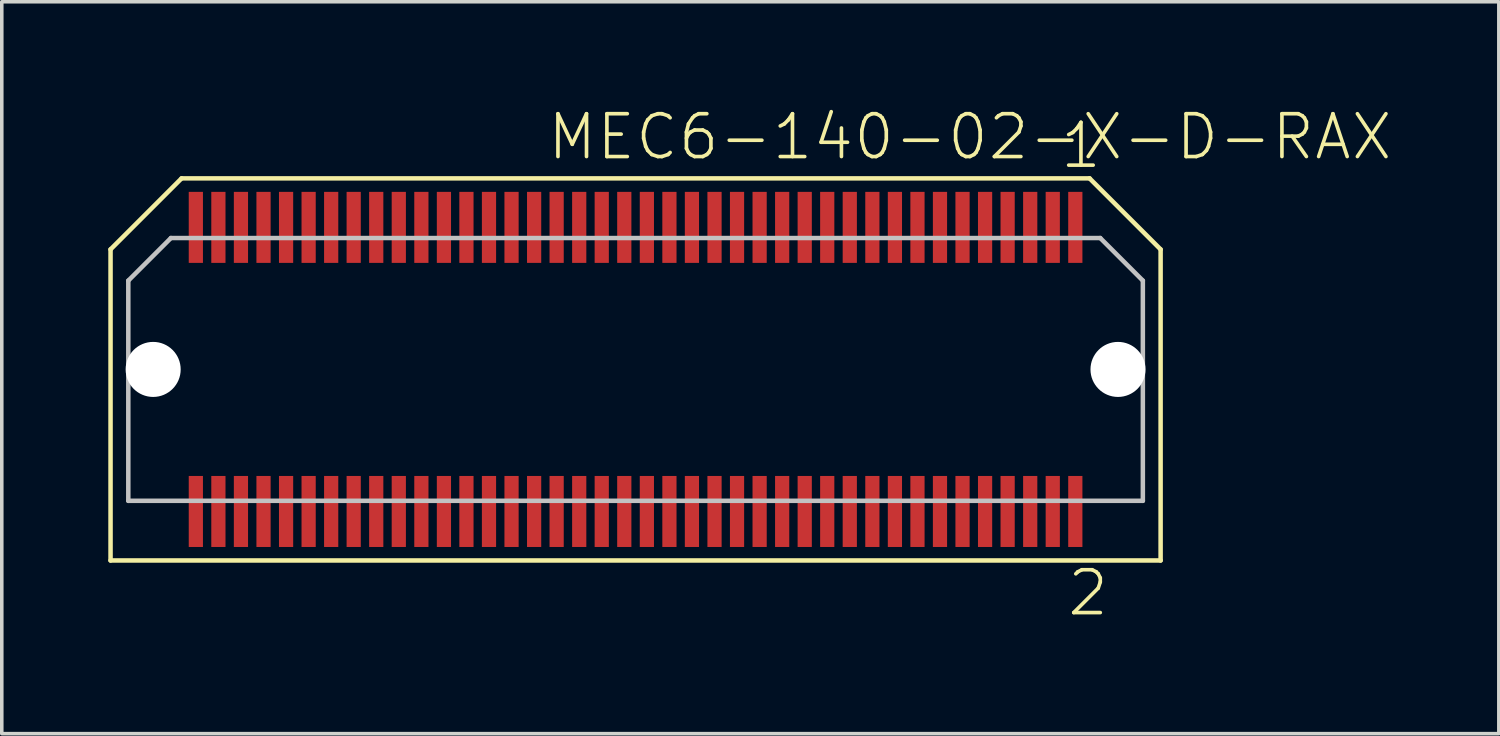
<source format=kicad_pcb>
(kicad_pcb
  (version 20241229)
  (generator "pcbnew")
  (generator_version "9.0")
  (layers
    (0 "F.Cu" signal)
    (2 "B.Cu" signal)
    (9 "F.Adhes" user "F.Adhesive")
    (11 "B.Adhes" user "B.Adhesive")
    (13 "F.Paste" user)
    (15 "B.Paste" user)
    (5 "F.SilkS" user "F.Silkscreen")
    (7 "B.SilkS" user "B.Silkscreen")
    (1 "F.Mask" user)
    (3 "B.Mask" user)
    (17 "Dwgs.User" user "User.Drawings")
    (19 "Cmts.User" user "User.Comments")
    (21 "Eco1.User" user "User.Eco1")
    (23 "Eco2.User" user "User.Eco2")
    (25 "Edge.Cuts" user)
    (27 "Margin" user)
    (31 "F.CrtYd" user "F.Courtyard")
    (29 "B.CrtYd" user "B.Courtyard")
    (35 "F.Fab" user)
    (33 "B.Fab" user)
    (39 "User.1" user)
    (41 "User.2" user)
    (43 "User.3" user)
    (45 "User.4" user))
  (footprint "MEC6-140-02-X-D-RAX"
    (layer "F.Cu")
    (at 14.848 7.353)
    (property "Reference" "MEC6-140-02-X-D-RAX" (at -2.54 -5.842 0) (layer "F.SilkS") (effects (font (size 1.206 1.206) (thickness 0.102)) (justify left bottom)))
    (attr through_hole)
    (fp_line (start -14.785 -3.38) (end -12.785 -5.38) (stroke (width 0.127) (type solid)) (layer "F.SilkS"))
    (fp_line (start -14.785 5.38) (end -14.785 -3.38) (stroke (width 0.127) (type solid)) (layer "F.SilkS"))
    (fp_line (start -12.785 -5.38) (end 12.785 -5.38) (stroke (width 0.127) (type solid)) (layer "F.SilkS"))
    (fp_line (start 12.785 -5.38) (end 14.785 -3.38) (stroke (width 0.127) (type solid)) (layer "F.SilkS"))
    (fp_line (start 14.785 -3.38) (end 14.785 5.38) (stroke (width 0.127) (type solid)) (layer "F.SilkS"))
    (fp_line (start 14.785 5.38) (end -14.785 5.38) (stroke (width 0.127) (type solid)) (layer "F.SilkS"))
    (fp_line (start -14.285 -2.5) (end -13.085 -3.7) (stroke (width 0.127) (type solid)) (layer "Dwgs.User"))
    (fp_line (start -14.285 3.7) (end -14.285 -2.5) (stroke (width 0.127) (type solid)) (layer "Dwgs.User"))
    (fp_line (start -13.085 -3.7) (end 13.085 -3.7) (stroke (width 0.127) (type solid)) (layer "Dwgs.User"))
    (fp_line (start 13.085 -3.7) (end 14.285 -2.5) (stroke (width 0.127) (type solid)) (layer "Dwgs.User"))
    (fp_line (start 14.285 -2.5) (end 14.285 3.7) (stroke (width 0.127) (type solid)) (layer "Dwgs.User"))
    (fp_line (start 14.285 3.7) (end -14.285 3.7) (stroke (width 0.127) (type solid)) (layer "Dwgs.User"))
    (fp_text user "2" (at 12.1 7 0) (layer "F.SilkS") (effects (font (size 1.206 1.206) (thickness 0.102)) (justify left bottom)))
    (fp_text user "1" (at 11.9 -5.6 0) (layer "F.SilkS") (effects (font (size 1.206 1.206) (thickness 0.102)) (justify left bottom)))
    (pad "" np_thru_hole circle (at -13.585 0) (size 1.55 1.55) (drill 1.55) (layers "*.Cu"))
    (pad "" np_thru_hole circle (at 13.585 0) (size 1.55 1.55) (drill 1.55) (layers "*.Cu"))
    (pad "1" smd rect (at 12.383 -4) (size 0.4 2) (layers "F.Cu" "F.Mask" "F.Paste"))
    (pad "2" smd rect (at 12.383 4) (size 0.4 2) (layers "F.Cu" "F.Mask" "F.Paste"))
    (pad "3" smd rect (at 11.748 -4) (size 0.4 2) (layers "F.Cu" "F.Mask" "F.Paste"))
    (pad "4" smd rect (at 11.748 4) (size 0.4 2) (layers "F.Cu" "F.Mask" "F.Paste"))
    (pad "5" smd rect (at 11.113 -4) (size 0.4 2) (layers "F.Cu" "F.Mask" "F.Paste"))
    (pad "6" smd rect (at 11.113 4) (size 0.4 2) (layers "F.Cu" "F.Mask" "F.Paste"))
    (pad "7" smd rect (at 10.477 -4) (size 0.4 2) (layers "F.Cu" "F.Mask" "F.Paste"))
    (pad "8" smd rect (at 10.477 4) (size 0.4 2) (layers "F.Cu" "F.Mask" "F.Paste"))
    (pad "9" smd rect (at 9.842 -4) (size 0.4 2) (layers "F.Cu" "F.Mask" "F.Paste"))
    (pad "10" smd rect (at 9.842 4) (size 0.4 2) (layers "F.Cu" "F.Mask" "F.Paste"))
    (pad "11" smd rect (at 9.207 -4) (size 0.4 2) (layers "F.Cu" "F.Mask" "F.Paste"))
    (pad "12" smd rect (at 9.207 4) (size 0.4 2) (layers "F.Cu" "F.Mask" "F.Paste"))
    (pad "13" smd rect (at 8.572 -4) (size 0.4 2) (layers "F.Cu" "F.Mask" "F.Paste"))
    (pad "14" smd rect (at 8.572 4) (size 0.4 2) (layers "F.Cu" "F.Mask" "F.Paste"))
    (pad "15" smd rect (at 7.938 -4) (size 0.4 2) (layers "F.Cu" "F.Mask" "F.Paste"))
    (pad "16" smd rect (at 7.938 4) (size 0.4 2) (layers "F.Cu" "F.Mask" "F.Paste"))
    (pad "17" smd rect (at 7.303 -4) (size 0.4 2) (layers "F.Cu" "F.Mask" "F.Paste"))
    (pad "18" smd rect (at 7.303 4) (size 0.4 2) (layers "F.Cu" "F.Mask" "F.Paste"))
    (pad "19" smd rect (at 6.668 -4) (size 0.4 2) (layers "F.Cu" "F.Mask" "F.Paste"))
    (pad "20" smd rect (at 6.668 4) (size 0.4 2) (layers "F.Cu" "F.Mask" "F.Paste"))
    (pad "21" smd rect (at 6.032 -4) (size 0.4 2) (layers "F.Cu" "F.Mask" "F.Paste"))
    (pad "22" smd rect (at 6.032 4) (size 0.4 2) (layers "F.Cu" "F.Mask" "F.Paste"))
    (pad "23" smd rect (at 5.397 -4) (size 0.4 2) (layers "F.Cu" "F.Mask" "F.Paste"))
    (pad "24" smd rect (at 5.397 4) (size 0.4 2) (layers "F.Cu" "F.Mask" "F.Paste"))
    (pad "25" smd rect (at 4.763 -4) (size 0.4 2) (layers "F.Cu" "F.Mask" "F.Paste"))
    (pad "26" smd rect (at 4.763 4) (size 0.4 2) (layers "F.Cu" "F.Mask" "F.Paste"))
    (pad "27" smd rect (at 4.128 -4) (size 0.4 2) (layers "F.Cu" "F.Mask" "F.Paste"))
    (pad "28" smd rect (at 4.128 4) (size 0.4 2) (layers "F.Cu" "F.Mask" "F.Paste"))
    (pad "29" smd rect (at 3.493 -4) (size 0.4 2) (layers "F.Cu" "F.Mask" "F.Paste"))
    (pad "30" smd rect (at 3.493 4) (size 0.4 2) (layers "F.Cu" "F.Mask" "F.Paste"))
    (pad "31" smd rect (at 2.857 -4) (size 0.4 2) (layers "F.Cu" "F.Mask" "F.Paste"))
    (pad "32" smd rect (at 2.857 4) (size 0.4 2) (layers "F.Cu" "F.Mask" "F.Paste"))
    (pad "33" smd rect (at 2.223 -4) (size 0.4 2) (layers "F.Cu" "F.Mask" "F.Paste"))
    (pad "34" smd rect (at 2.223 4) (size 0.4 2) (layers "F.Cu" "F.Mask" "F.Paste"))
    (pad "35" smd rect (at 1.587 -4) (size 0.4 2) (layers "F.Cu" "F.Mask" "F.Paste"))
    (pad "36" smd rect (at 1.587 4) (size 0.4 2) (layers "F.Cu" "F.Mask" "F.Paste"))
    (pad "37" smd rect (at 0.953 -4) (size 0.4 2) (layers "F.Cu" "F.Mask" "F.Paste"))
    (pad "38" smd rect (at 0.953 4) (size 0.4 2) (layers "F.Cu" "F.Mask" "F.Paste"))
    (pad "39" smd rect (at 0.318 -4) (size 0.4 2) (layers "F.Cu" "F.Mask" "F.Paste"))
    (pad "40" smd rect (at 0.318 4) (size 0.4 2) (layers "F.Cu" "F.Mask" "F.Paste"))
    (pad "41" smd rect (at -0.318 -4) (size 0.4 2) (layers "F.Cu" "F.Mask" "F.Paste"))
    (pad "42" smd rect (at -0.318 4) (size 0.4 2) (layers "F.Cu" "F.Mask" "F.Paste"))
    (pad "43" smd rect (at -0.953 -4) (size 0.4 2) (layers "F.Cu" "F.Mask" "F.Paste"))
    (pad "44" smd rect (at -0.953 4) (size 0.4 2) (layers "F.Cu" "F.Mask" "F.Paste"))
    (pad "45" smd rect (at -1.587 -4) (size 0.4 2) (layers "F.Cu" "F.Mask" "F.Paste"))
    (pad "46" smd rect (at -1.587 4) (size 0.4 2) (layers "F.Cu" "F.Mask" "F.Paste"))
    (pad "47" smd rect (at -2.223 -4) (size 0.4 2) (layers "F.Cu" "F.Mask" "F.Paste"))
    (pad "48" smd rect (at -2.223 4) (size 0.4 2) (layers "F.Cu" "F.Mask" "F.Paste"))
    (pad "49" smd rect (at -2.857 -4) (size 0.4 2) (layers "F.Cu" "F.Mask" "F.Paste"))
    (pad "50" smd rect (at -2.857 4) (size 0.4 2) (layers "F.Cu" "F.Mask" "F.Paste"))
    (pad "51" smd rect (at -3.493 -4) (size 0.4 2) (layers "F.Cu" "F.Mask" "F.Paste"))
    (pad "52" smd rect (at -3.493 4) (size 0.4 2) (layers "F.Cu" "F.Mask" "F.Paste"))
    (pad "53" smd rect (at -4.128 -4) (size 0.4 2) (layers "F.Cu" "F.Mask" "F.Paste"))
    (pad "54" smd rect (at -4.128 4) (size 0.4 2) (layers "F.Cu" "F.Mask" "F.Paste"))
    (pad "55" smd rect (at -4.763 -4) (size 0.4 2) (layers "F.Cu" "F.Mask" "F.Paste"))
    (pad "56" smd rect (at -4.763 4) (size 0.4 2) (layers "F.Cu" "F.Mask" "F.Paste"))
    (pad "57" smd rect (at -5.397 -4) (size 0.4 2) (layers "F.Cu" "F.Mask" "F.Paste"))
    (pad "58" smd rect (at -5.397 4) (size 0.4 2) (layers "F.Cu" "F.Mask" "F.Paste"))
    (pad "59" smd rect (at -6.032 -4) (size 0.4 2) (layers "F.Cu" "F.Mask" "F.Paste"))
    (pad "60" smd rect (at -6.032 4) (size 0.4 2) (layers "F.Cu" "F.Mask" "F.Paste"))
    (pad "61" smd rect (at -6.668 -4) (size 0.4 2) (layers "F.Cu" "F.Mask" "F.Paste"))
    (pad "62" smd rect (at -6.668 4) (size 0.4 2) (layers "F.Cu" "F.Mask" "F.Paste"))
    (pad "63" smd rect (at -7.303 -4) (size 0.4 2) (layers "F.Cu" "F.Mask" "F.Paste"))
    (pad "64" smd rect (at -7.303 4) (size 0.4 2) (layers "F.Cu" "F.Mask" "F.Paste"))
    (pad "65" smd rect (at -7.938 -4) (size 0.4 2) (layers "F.Cu" "F.Mask" "F.Paste"))
    (pad "66" smd rect (at -7.938 4) (size 0.4 2) (layers "F.Cu" "F.Mask" "F.Paste"))
    (pad "67" smd rect (at -8.572 -4) (size 0.4 2) (layers "F.Cu" "F.Mask" "F.Paste"))
    (pad "68" smd rect (at -8.572 4) (size 0.4 2) (layers "F.Cu" "F.Mask" "F.Paste"))
    (pad "69" smd rect (at -9.207 -4) (size 0.4 2) (layers "F.Cu" "F.Mask" "F.Paste"))
    (pad "70" smd rect (at -9.207 4) (size 0.4 2) (layers "F.Cu" "F.Mask" "F.Paste"))
    (pad "71" smd rect (at -9.842 -4) (size 0.4 2) (layers "F.Cu" "F.Mask" "F.Paste"))
    (pad "72" smd rect (at -9.842 4) (size 0.4 2) (layers "F.Cu" "F.Mask" "F.Paste"))
    (pad "73" smd rect (at -10.477 -4) (size 0.4 2) (layers "F.Cu" "F.Mask" "F.Paste"))
    (pad "74" smd rect (at -10.477 4) (size 0.4 2) (layers "F.Cu" "F.Mask" "F.Paste"))
    (pad "75" smd rect (at -11.113 -4) (size 0.4 2) (layers "F.Cu" "F.Mask" "F.Paste"))
    (pad "76" smd rect (at -11.113 4) (size 0.4 2) (layers "F.Cu" "F.Mask" "F.Paste"))
    (pad "77" smd rect (at -11.748 -4) (size 0.4 2) (layers "F.Cu" "F.Mask" "F.Paste"))
    (pad "78" smd rect (at -11.748 4) (size 0.4 2) (layers "F.Cu" "F.Mask" "F.Paste"))
    (pad "79" smd rect (at -12.383 -4) (size 0.4 2) (layers "F.Cu" "F.Mask" "F.Paste"))
    (pad "80" smd rect (at -12.383 4) (size 0.4 2) (layers "F.Cu" "F.Mask" "F.Paste")))
  (gr_rect
    (start -3 -3)
    (end 39.157 17.61)
    (stroke (width 0.1) (type default))
    (fill no)
    (layer "Edge.Cuts")))
</source>
